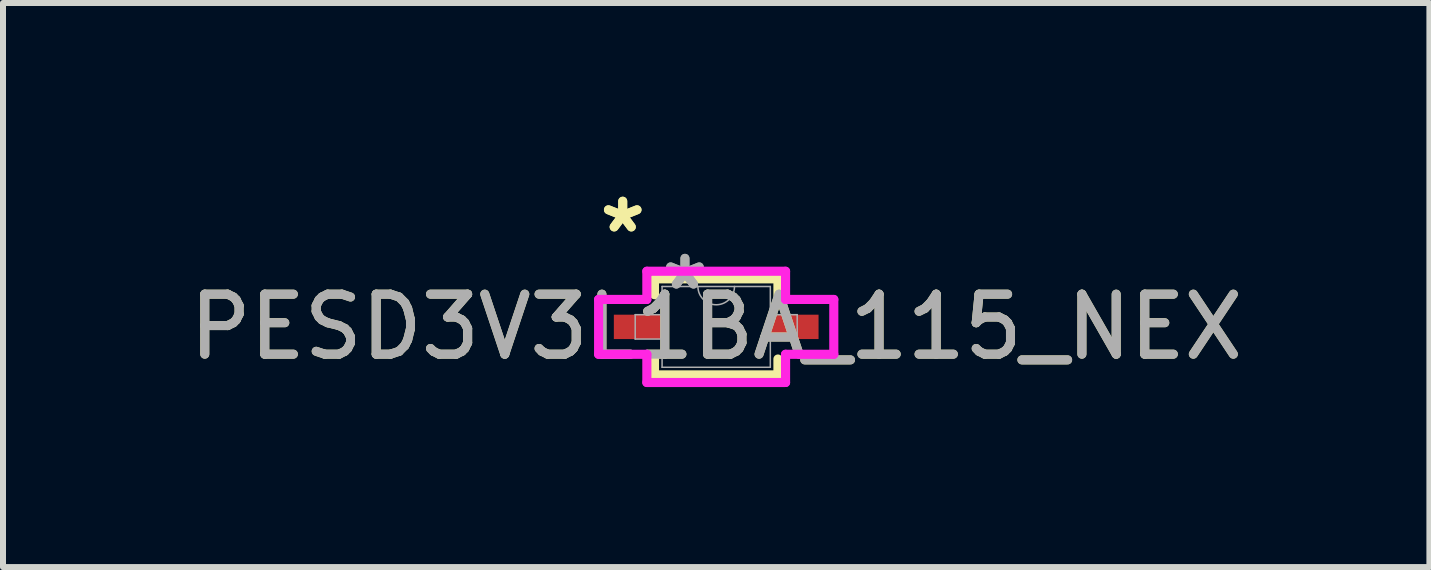
<source format=kicad_pcb>
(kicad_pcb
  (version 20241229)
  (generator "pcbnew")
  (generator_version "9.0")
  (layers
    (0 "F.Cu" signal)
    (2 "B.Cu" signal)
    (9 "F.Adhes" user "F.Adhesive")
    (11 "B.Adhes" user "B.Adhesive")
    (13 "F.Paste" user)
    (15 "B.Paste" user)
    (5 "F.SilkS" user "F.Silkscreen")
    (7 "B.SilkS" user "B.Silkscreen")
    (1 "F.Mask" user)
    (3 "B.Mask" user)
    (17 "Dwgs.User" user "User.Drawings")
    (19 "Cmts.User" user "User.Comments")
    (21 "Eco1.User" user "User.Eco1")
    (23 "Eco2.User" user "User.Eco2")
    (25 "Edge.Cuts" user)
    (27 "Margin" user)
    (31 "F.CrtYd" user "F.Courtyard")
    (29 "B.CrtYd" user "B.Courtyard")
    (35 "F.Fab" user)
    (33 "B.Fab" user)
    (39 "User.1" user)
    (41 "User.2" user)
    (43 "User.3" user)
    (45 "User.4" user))
  (footprint "PESD3V3L1BA_115_NEX"
    (layer "F.Cu")
    (at 8.887 2.398)
    (property "Reference" "PESD3V3L1BA_115_NEX" (at 0 0 0) (unlocked yes) (layer "F.SilkS") (effects (font (size 1 1) (thickness 0.15))))
    (attr smd)
    (fp_line (start -1.029 -0.8) (end -1.029 -0.536) (stroke (width 0.152) (type solid)) (layer "F.SilkS"))
    (fp_line (start -1.029 0.536) (end -1.029 0.8) (stroke (width 0.152) (type solid)) (layer "F.SilkS"))
    (fp_line (start -1.029 0.8) (end 1.029 0.8) (stroke (width 0.152) (type solid)) (layer "F.SilkS"))
    (fp_line (start 1.029 -0.8) (end -1.029 -0.8) (stroke (width 0.152) (type solid)) (layer "F.SilkS"))
    (fp_line (start 1.029 -0.536) (end 1.029 -0.8) (stroke (width 0.152) (type solid)) (layer "F.SilkS"))
    (fp_line (start 1.029 0.8) (end 1.029 0.536) (stroke (width 0.152) (type solid)) (layer "F.SilkS"))
    (fp_line (start -1.96 -0.457) (end -1.156 -0.457) (stroke (width 0.152) (type solid)) (layer "F.CrtYd"))
    (fp_line (start -1.96 0.457) (end -1.96 -0.457) (stroke (width 0.152) (type solid)) (layer "F.CrtYd"))
    (fp_line (start -1.96 0.457) (end -1.156 0.457) (stroke (width 0.152) (type solid)) (layer "F.CrtYd"))
    (fp_line (start -1.156 -0.927) (end 1.156 -0.927) (stroke (width 0.152) (type solid)) (layer "F.CrtYd"))
    (fp_line (start -1.156 -0.457) (end -1.156 -0.927) (stroke (width 0.152) (type solid)) (layer "F.CrtYd"))
    (fp_line (start -1.156 0.927) (end -1.156 0.457) (stroke (width 0.152) (type solid)) (layer "F.CrtYd"))
    (fp_line (start 1.156 -0.927) (end 1.156 -0.457) (stroke (width 0.152) (type solid)) (layer "F.CrtYd"))
    (fp_line (start 1.156 0.457) (end 1.156 0.927) (stroke (width 0.152) (type solid)) (layer "F.CrtYd"))
    (fp_line (start 1.156 0.927) (end -1.156 0.927) (stroke (width 0.152) (type solid)) (layer "F.CrtYd"))
    (fp_line (start 1.96 -0.457) (end 1.156 -0.457) (stroke (width 0.152) (type solid)) (layer "F.CrtYd"))
    (fp_line (start 1.96 -0.457) (end 1.96 0.457) (stroke (width 0.152) (type solid)) (layer "F.CrtYd"))
    (fp_line (start 1.96 0.457) (end 1.156 0.457) (stroke (width 0.152) (type solid)) (layer "F.CrtYd"))
    (fp_line (start -1.35 -0.203) (end -1.35 0.203) (stroke (width 0.025) (type solid)) (layer "F.Fab"))
    (fp_line (start -1.35 0.203) (end -0.902 0.203) (stroke (width 0.025) (type solid)) (layer "F.Fab"))
    (fp_line (start -0.902 -0.673) (end -0.902 0.673) (stroke (width 0.025) (type solid)) (layer "F.Fab"))
    (fp_line (start -0.902 -0.203) (end -1.35 -0.203) (stroke (width 0.025) (type solid)) (layer "F.Fab"))
    (fp_line (start -0.902 0.203) (end -0.902 -0.203) (stroke (width 0.025) (type solid)) (layer "F.Fab"))
    (fp_line (start -0.902 0.673) (end 0.902 0.673) (stroke (width 0.025) (type solid)) (layer "F.Fab"))
    (fp_line (start 0.902 -0.673) (end -0.902 -0.673) (stroke (width 0.025) (type solid)) (layer "F.Fab"))
    (fp_line (start 0.902 -0.203) (end 0.902 0.203) (stroke (width 0.025) (type solid)) (layer "F.Fab"))
    (fp_line (start 0.902 0.203) (end 1.35 0.203) (stroke (width 0.025) (type solid)) (layer "F.Fab"))
    (fp_line (start 0.902 0.673) (end 0.902 -0.673) (stroke (width 0.025) (type solid)) (layer "F.Fab"))
    (fp_line (start 1.35 -0.203) (end 0.902 -0.203) (stroke (width 0.025) (type solid)) (layer "F.Fab"))
    (fp_line (start 1.35 0.203) (end 1.35 -0.203) (stroke (width 0.025) (type solid)) (layer "F.Fab"))
    (fp_arc (start 0.3048 -0.6731) (mid 0 -0.3683) (end -0.3048 -0.6731) (stroke (width 0.0254) (type solid)) (layer "F.Fab"))
    (fp_text user "*" (at -1.558 -1.549 0) (unlocked yes) (layer "F.SilkS") (effects (font (size 1 1) (thickness 0.15))))
    (fp_text user "*" (at -1.558 -1.549 0) (layer "F.SilkS") (effects (font (size 1 1) (thickness 0.15))))
    (fp_text user "*" (at -0.521 -0.597 0) (unlocked yes) (layer "F.Fab") (effects (font (size 1 1) (thickness 0.15))))
    (fp_text user "*" (at -0.521 -0.597 0) (layer "F.Fab") (effects (font (size 1 1) (thickness 0.15))))
    (fp_text user "${REFERENCE}" (at 0 0 0) (unlocked yes) (layer "F.Fab") (effects (font (size 1 1) (thickness 0.15))))
    (pad "1" smd rect (at -1.304 0) (size 0.804 0.406) (layers "F.Cu" "F.Mask" "F.Paste"))
    (pad "2" smd rect (at 1.304 0) (size 0.804 0.406) (layers "F.Cu" "F.Mask" "F.Paste")))
  (gr_rect
    (start -3 -3)
    (end 20.774 6.401)
    (stroke (width 0.1) (type default))
    (fill no)
    (layer "Edge.Cuts")))
</source>
